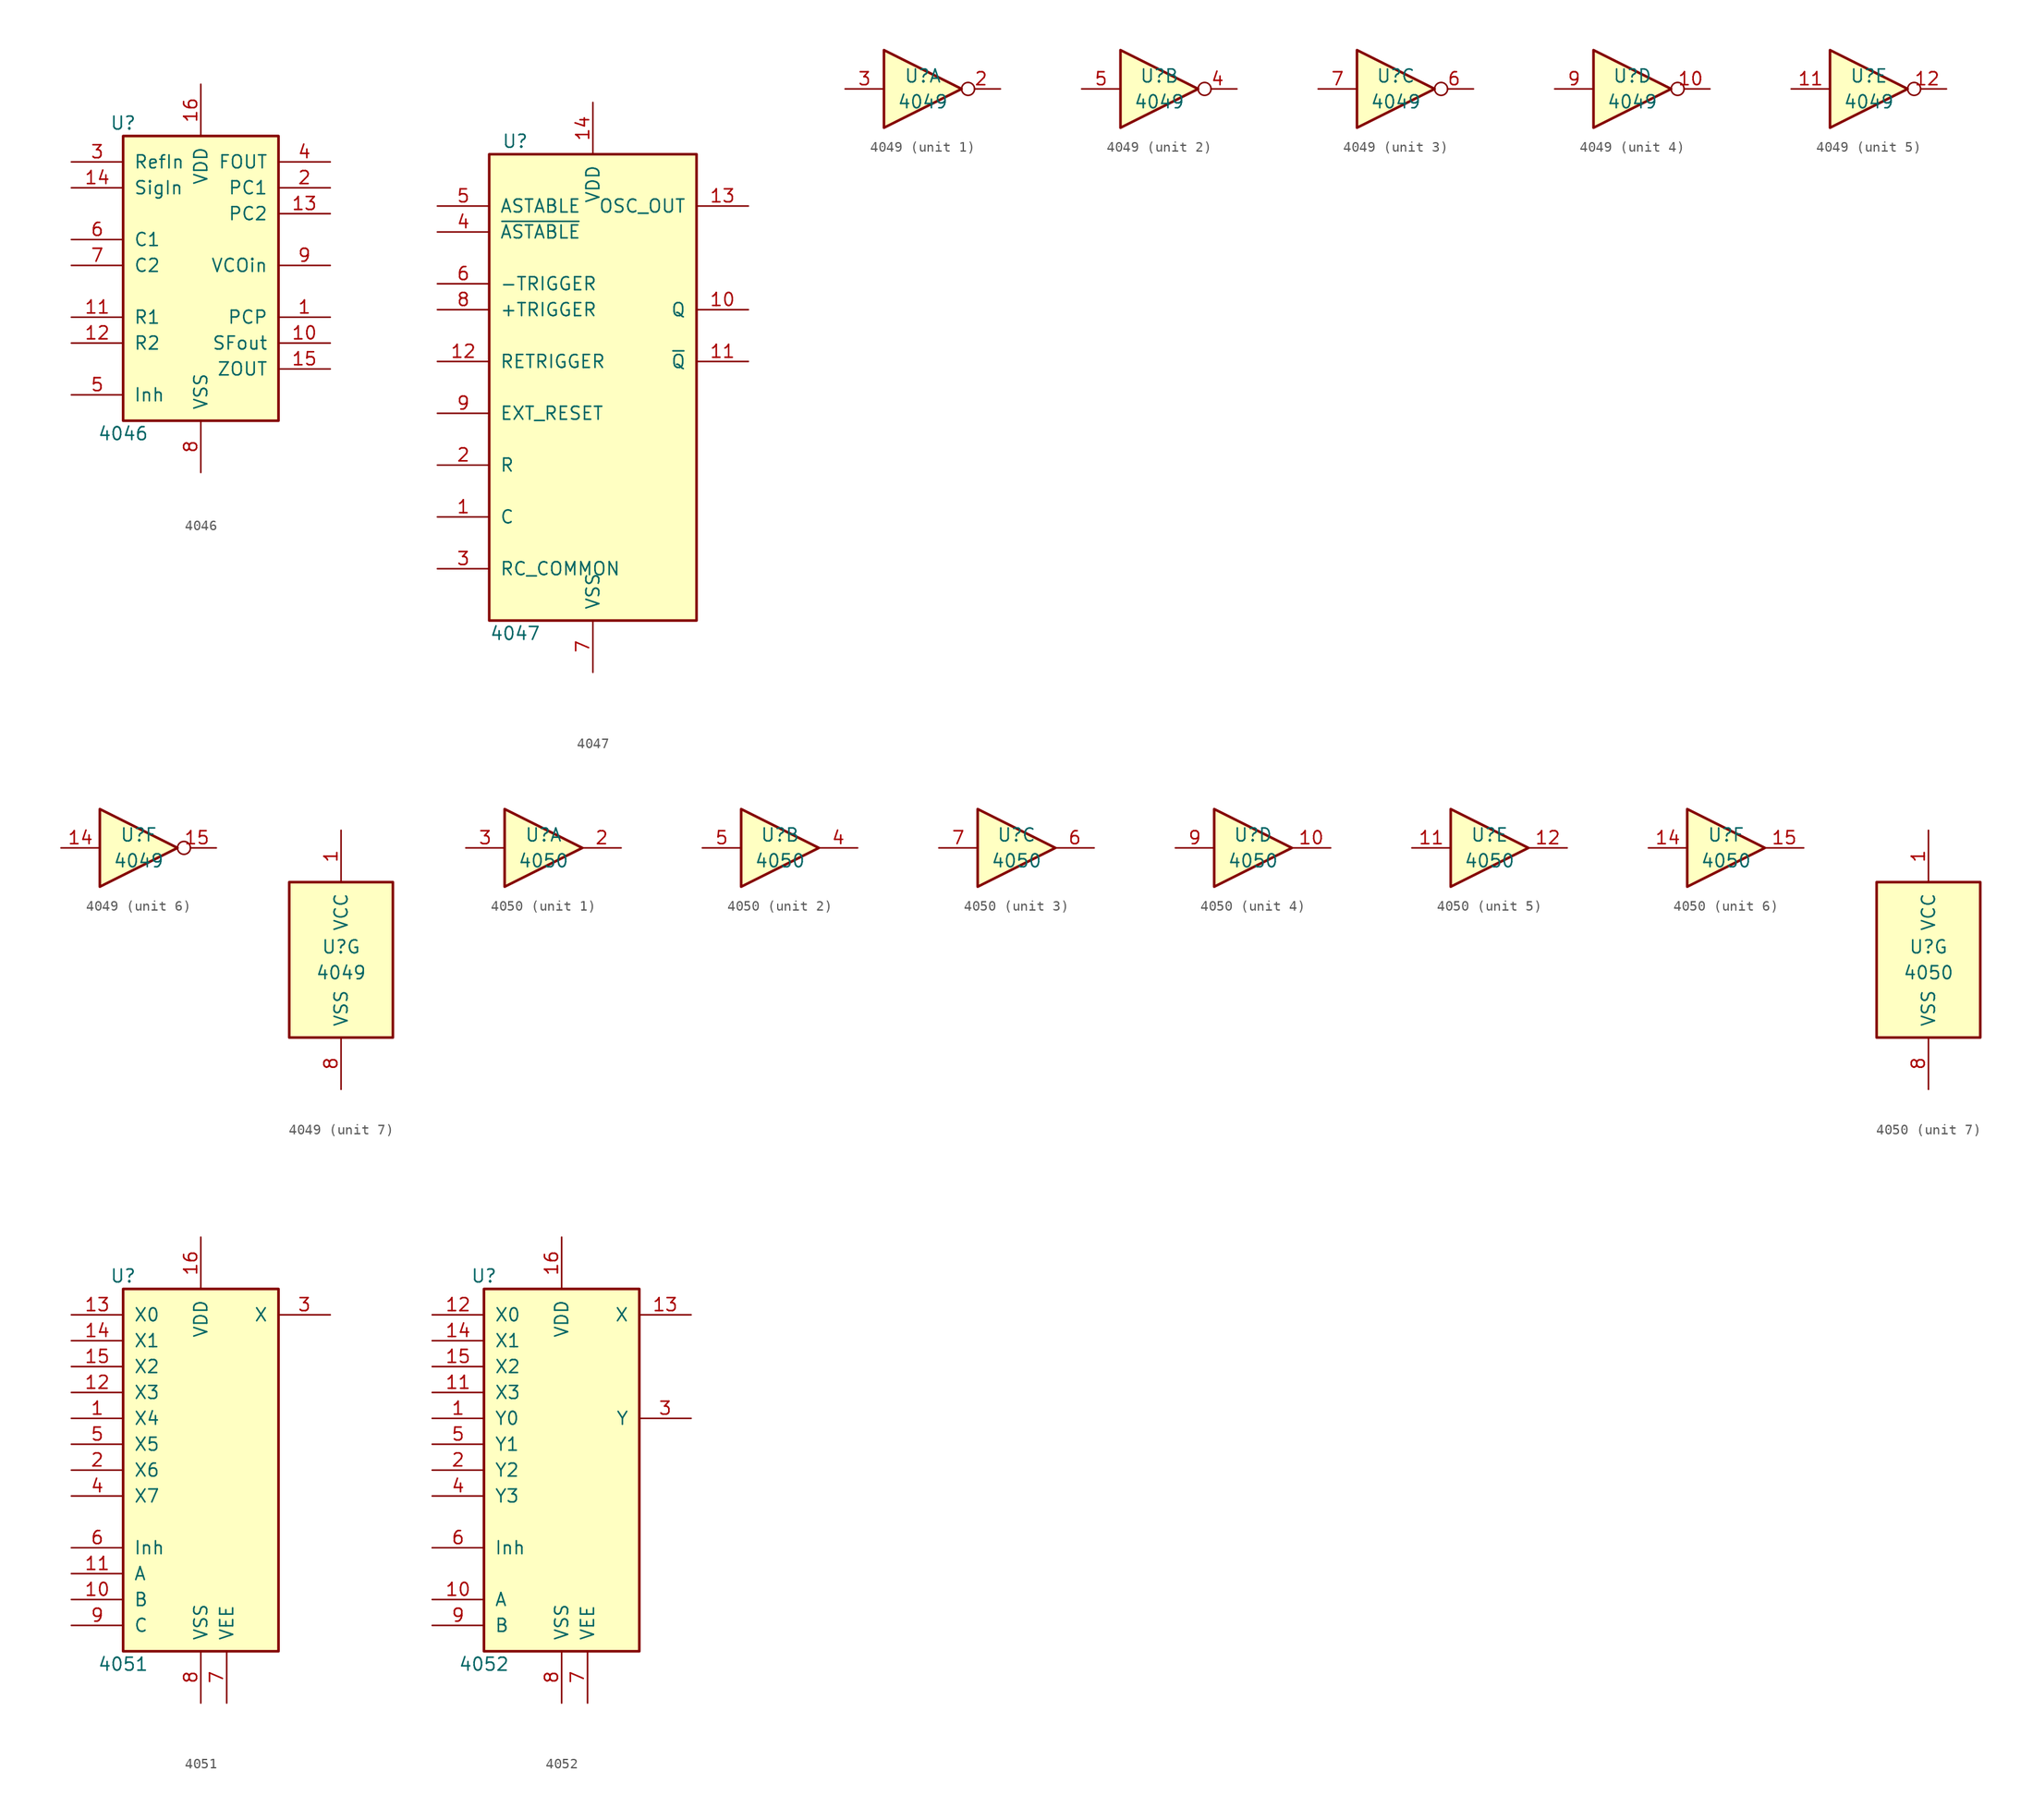
<source format=kicad_sym>
(kicad_symbol_lib
  (version 20220914)
  (generator kicad_symbol_editor)
  (symbol "4046"
    (pin_names
      (offset 1.016))
    (property "Reference" "U"
      (at -7.62 13.97 0)
      (effects (font (size 1.27 1.27))))
    (property "Value" "4046"
      (at -7.62 -16.51 0)
      (effects (font (size 1.27 1.27))))
    (property "ki_locked" ""
      (at 0 0 0)
      (effects (font (size 1.27 1.27))))
    (symbol "4046_1_0"
      (pin output line (at 12.7 -5.08 180) (length 5.08) (name "PCP" (effects (font (size 1.27 1.27)))) (number "1" (effects (font (size 1.27 1.27)))))
      (pin output line (at 12.7 -7.62 180) (length 5.08) (name "SFout" (effects (font (size 1.27 1.27)))) (number "10" (effects (font (size 1.27 1.27)))))
      (pin input line (at -12.7 -5.08 0) (length 5.08) (name "R1" (effects (font (size 1.27 1.27)))) (number "11" (effects (font (size 1.27 1.27)))))
      (pin input line (at -12.7 -7.62 0) (length 5.08) (name "R2" (effects (font (size 1.27 1.27)))) (number "12" (effects (font (size 1.27 1.27)))))
      (pin tri_state line (at 12.7 5.08 180) (length 5.08) (name "PC2" (effects (font (size 1.27 1.27)))) (number "13" (effects (font (size 1.27 1.27)))))
      (pin input line (at -12.7 7.62 0) (length 5.08) (name "SigIn" (effects (font (size 1.27 1.27)))) (number "14" (effects (font (size 1.27 1.27)))))
      (pin output line (at 12.7 -10.16 180) (length 5.08) (name "ZOUT" (effects (font (size 1.27 1.27)))) (number "15" (effects (font (size 1.27 1.27)))))
      (pin power_in line (at 0 17.78 270) (length 5.08) (name "VDD" (effects (font (size 1.27 1.27)))) (number "16" (effects (font (size 1.27 1.27)))))
      (pin output line (at 12.7 7.62 180) (length 5.08) (name "PC1" (effects (font (size 1.27 1.27)))) (number "2" (effects (font (size 1.27 1.27)))))
      (pin input line (at -12.7 10.16 0) (length 5.08) (name "RefIn" (effects (font (size 1.27 1.27)))) (number "3" (effects (font (size 1.27 1.27)))))
      (pin output line (at 12.7 10.16 180) (length 5.08) (name "FOUT" (effects (font (size 1.27 1.27)))) (number "4" (effects (font (size 1.27 1.27)))))
      (pin input line (at -12.7 -12.7 0) (length 5.08) (name "Inh" (effects (font (size 1.27 1.27)))) (number "5" (effects (font (size 1.27 1.27)))))
      (pin input line (at -12.7 2.54 0) (length 5.08) (name "C1" (effects (font (size 1.27 1.27)))) (number "6" (effects (font (size 1.27 1.27)))))
      (pin input line (at -12.7 0 0) (length 5.08) (name "C2" (effects (font (size 1.27 1.27)))) (number "7" (effects (font (size 1.27 1.27)))))
      (pin power_in line (at 0 -20.32 90) (length 5.08) (name "VSS" (effects (font (size 1.27 1.27)))) (number "8" (effects (font (size 1.27 1.27)))))
      (pin input line (at 12.7 0 180) (length 5.08) (name "VCOin" (effects (font (size 1.27 1.27)))) (number "9" (effects (font (size 1.27 1.27))))))
    (symbol "4046_1_1"
      (rectangle (start -7.62 12.7) (end 7.62 -15.24) (stroke (width 0.254) (type default)) (fill (type background)))))
  (symbol "4047"
    (pin_names
      (offset 1.016))
    (property "Reference" "U"
      (at -7.62 24.13 0)
      (effects (font (size 1.27 1.27))))
    (property "Value" "4047"
      (at -7.62 -24.13 0)
      (effects (font (size 1.27 1.27))))
    (property "ki_locked" ""
      (at 0 0 0)
      (effects (font (size 1.27 1.27))))
    (symbol "4047_1_0"
      (pin input line (at -15.24 -12.7 0) (length 5.08) (name "C" (effects (font (size 1.27 1.27)))) (number "1" (effects (font (size 1.27 1.27)))))
      (pin output line (at 15.24 7.62 180) (length 5.08) (name "Q" (effects (font (size 1.27 1.27)))) (number "10" (effects (font (size 1.27 1.27)))))
      (pin output line (at 15.24 2.54 180) (length 5.08) (name "~{Q}" (effects (font (size 1.27 1.27)))) (number "11" (effects (font (size 1.27 1.27)))))
      (pin input line (at -15.24 2.54 0) (length 5.08) (name "RETRIGGER" (effects (font (size 1.27 1.27)))) (number "12" (effects (font (size 1.27 1.27)))))
      (pin output line (at 15.24 17.78 180) (length 5.08) (name "OSC_OUT" (effects (font (size 1.27 1.27)))) (number "13" (effects (font (size 1.27 1.27)))))
      (pin power_in line (at 0 27.94 270) (length 5.08) (name "VDD" (effects (font (size 1.27 1.27)))) (number "14" (effects (font (size 1.27 1.27)))))
      (pin input line (at -15.24 -7.62 0) (length 5.08) (name "R" (effects (font (size 1.27 1.27)))) (number "2" (effects (font (size 1.27 1.27)))))
      (pin input line (at -15.24 -17.78 0) (length 5.08) (name "RC_COMMON" (effects (font (size 1.27 1.27)))) (number "3" (effects (font (size 1.27 1.27)))))
      (pin input line (at -15.24 15.24 0) (length 5.08) (name "~{ASTABLE}" (effects (font (size 1.27 1.27)))) (number "4" (effects (font (size 1.27 1.27)))))
      (pin input line (at -15.24 17.78 0) (length 5.08) (name "ASTABLE" (effects (font (size 1.27 1.27)))) (number "5" (effects (font (size 1.27 1.27)))))
      (pin input line (at -15.24 10.16 0) (length 5.08) (name "-TRIGGER" (effects (font (size 1.27 1.27)))) (number "6" (effects (font (size 1.27 1.27)))))
      (pin power_in line (at 0 -27.94 90) (length 5.08) (name "VSS" (effects (font (size 1.27 1.27)))) (number "7" (effects (font (size 1.27 1.27)))))
      (pin input line (at -15.24 7.62 0) (length 5.08) (name "+TRIGGER" (effects (font (size 1.27 1.27)))) (number "8" (effects (font (size 1.27 1.27)))))
      (pin input line (at -15.24 -2.54 0) (length 5.08) (name "EXT_RESET" (effects (font (size 1.27 1.27)))) (number "9" (effects (font (size 1.27 1.27))))))
    (symbol "4047_1_1"
      (rectangle (start -10.16 22.86) (end 10.16 -22.86) (stroke (width 0.254) (type default)) (fill (type background)))))
  (symbol "4049"
    (pin_names
      (offset 1.016))
    (property "Reference" "U"
      (at 0 1.27 0)
      (effects (font (size 1.27 1.27))))
    (property "Value" "4049"
      (at 0 -1.27 0)
      (effects (font (size 1.27 1.27))))
    (property "ki_locked" ""
      (at 0 0 0)
      (effects (font (size 1.27 1.27))))
    (symbol "4049_1_0"
      (polyline (pts (xy -3.81 3.81) (xy -3.81 -3.81) (xy 3.81 0) (xy -3.81 3.81)) (stroke (width 0.254) (type default)) (fill (type background)))
      (pin output inverted (at 7.62 0 180) (length 3.81) (name "~" (effects (font (size 1.27 1.27)))) (number "2" (effects (font (size 1.27 1.27)))))
      (pin input line (at -7.62 0 0) (length 3.81) (name "~" (effects (font (size 1.27 1.27)))) (number "3" (effects (font (size 1.27 1.27))))))
    (symbol "4049_2_0"
      (polyline (pts (xy -3.81 3.81) (xy -3.81 -3.81) (xy 3.81 0) (xy -3.81 3.81)) (stroke (width 0.254) (type default)) (fill (type background)))
      (pin output inverted (at 7.62 0 180) (length 3.81) (name "~" (effects (font (size 1.27 1.27)))) (number "4" (effects (font (size 1.27 1.27)))))
      (pin input line (at -7.62 0 0) (length 3.81) (name "~" (effects (font (size 1.27 1.27)))) (number "5" (effects (font (size 1.27 1.27))))))
    (symbol "4049_3_0"
      (polyline (pts (xy -3.81 3.81) (xy -3.81 -3.81) (xy 3.81 0) (xy -3.81 3.81)) (stroke (width 0.254) (type default)) (fill (type background)))
      (pin output inverted (at 7.62 0 180) (length 3.81) (name "~" (effects (font (size 1.27 1.27)))) (number "6" (effects (font (size 1.27 1.27)))))
      (pin input line (at -7.62 0 0) (length 3.81) (name "~" (effects (font (size 1.27 1.27)))) (number "7" (effects (font (size 1.27 1.27))))))
    (symbol "4049_4_0"
      (polyline (pts (xy -3.81 3.81) (xy -3.81 -3.81) (xy 3.81 0) (xy -3.81 3.81)) (stroke (width 0.254) (type default)) (fill (type background)))
      (pin output inverted (at 7.62 0 180) (length 3.81) (name "~" (effects (font (size 1.27 1.27)))) (number "10" (effects (font (size 1.27 1.27)))))
      (pin input line (at -7.62 0 0) (length 3.81) (name "~" (effects (font (size 1.27 1.27)))) (number "9" (effects (font (size 1.27 1.27))))))
    (symbol "4049_5_0"
      (polyline (pts (xy -3.81 3.81) (xy -3.81 -3.81) (xy 3.81 0) (xy -3.81 3.81)) (stroke (width 0.254) (type default)) (fill (type background)))
      (pin input line (at -7.62 0 0) (length 3.81) (name "~" (effects (font (size 1.27 1.27)))) (number "11" (effects (font (size 1.27 1.27)))))
      (pin output inverted (at 7.62 0 180) (length 3.81) (name "~" (effects (font (size 1.27 1.27)))) (number "12" (effects (font (size 1.27 1.27))))))
    (symbol "4049_6_0"
      (polyline (pts (xy -3.81 3.81) (xy -3.81 -3.81) (xy 3.81 0) (xy -3.81 3.81)) (stroke (width 0.254) (type default)) (fill (type background)))
      (pin input line (at -7.62 0 0) (length 3.81) (name "~" (effects (font (size 1.27 1.27)))) (number "14" (effects (font (size 1.27 1.27)))))
      (pin output inverted (at 7.62 0 180) (length 3.81) (name "~" (effects (font (size 1.27 1.27)))) (number "15" (effects (font (size 1.27 1.27))))))
    (symbol "4049_7_0"
      (pin power_in line (at 0 12.7 270) (length 5.08) (name "VCC" (effects (font (size 1.27 1.27)))) (number "1" (effects (font (size 1.27 1.27)))))
      (pin power_in line (at 0 -12.7 90) (length 5.08) (name "VSS" (effects (font (size 1.27 1.27)))) (number "8" (effects (font (size 1.27 1.27))))))
    (symbol "4049_7_1"
      (rectangle (start -5.08 7.62) (end 5.08 -7.62) (stroke (width 0.254) (type default)) (fill (type background)))))
  (symbol "4050"
    (pin_names
      (offset 1.016))
    (property "Reference" "U"
      (at 0 1.27 0)
      (effects (font (size 1.27 1.27))))
    (property "Value" "4050"
      (at 0 -1.27 0)
      (effects (font (size 1.27 1.27))))
    (property "ki_locked" ""
      (at 0 0 0)
      (effects (font (size 1.27 1.27))))
    (symbol "4050_1_0"
      (polyline (pts (xy -3.81 3.81) (xy -3.81 -3.81) (xy 3.81 0) (xy -3.81 3.81)) (stroke (width 0.254) (type default)) (fill (type background)))
      (pin output line (at 7.62 0 180) (length 3.81) (name "~" (effects (font (size 1.27 1.27)))) (number "2" (effects (font (size 1.27 1.27)))))
      (pin input line (at -7.62 0 0) (length 3.81) (name "~" (effects (font (size 1.27 1.27)))) (number "3" (effects (font (size 1.27 1.27))))))
    (symbol "4050_2_0"
      (polyline (pts (xy -3.81 3.81) (xy -3.81 -3.81) (xy 3.81 0) (xy -3.81 3.81)) (stroke (width 0.254) (type default)) (fill (type background)))
      (pin output line (at 7.62 0 180) (length 3.81) (name "~" (effects (font (size 1.27 1.27)))) (number "4" (effects (font (size 1.27 1.27)))))
      (pin input line (at -7.62 0 0) (length 3.81) (name "~" (effects (font (size 1.27 1.27)))) (number "5" (effects (font (size 1.27 1.27))))))
    (symbol "4050_3_0"
      (polyline (pts (xy -3.81 3.81) (xy -3.81 -3.81) (xy 3.81 0) (xy -3.81 3.81)) (stroke (width 0.254) (type default)) (fill (type background)))
      (pin output line (at 7.62 0 180) (length 3.81) (name "~" (effects (font (size 1.27 1.27)))) (number "6" (effects (font (size 1.27 1.27)))))
      (pin input line (at -7.62 0 0) (length 3.81) (name "~" (effects (font (size 1.27 1.27)))) (number "7" (effects (font (size 1.27 1.27))))))
    (symbol "4050_4_0"
      (polyline (pts (xy -3.81 3.81) (xy -3.81 -3.81) (xy 3.81 0) (xy -3.81 3.81)) (stroke (width 0.254) (type default)) (fill (type background)))
      (pin output line (at 7.62 0 180) (length 3.81) (name "~" (effects (font (size 1.27 1.27)))) (number "10" (effects (font (size 1.27 1.27)))))
      (pin input line (at -7.62 0 0) (length 3.81) (name "~" (effects (font (size 1.27 1.27)))) (number "9" (effects (font (size 1.27 1.27))))))
    (symbol "4050_5_0"
      (polyline (pts (xy -3.81 3.81) (xy -3.81 -3.81) (xy 3.81 0) (xy -3.81 3.81)) (stroke (width 0.254) (type default)) (fill (type background)))
      (pin input line (at -7.62 0 0) (length 3.81) (name "~" (effects (font (size 1.27 1.27)))) (number "11" (effects (font (size 1.27 1.27)))))
      (pin output line (at 7.62 0 180) (length 3.81) (name "~" (effects (font (size 1.27 1.27)))) (number "12" (effects (font (size 1.27 1.27))))))
    (symbol "4050_6_0"
      (polyline (pts (xy -3.81 3.81) (xy -3.81 -3.81) (xy 3.81 0) (xy -3.81 3.81)) (stroke (width 0.254) (type default)) (fill (type background)))
      (pin input line (at -7.62 0 0) (length 3.81) (name "~" (effects (font (size 1.27 1.27)))) (number "14" (effects (font (size 1.27 1.27)))))
      (pin output line (at 7.62 0 180) (length 3.81) (name "~" (effects (font (size 1.27 1.27)))) (number "15" (effects (font (size 1.27 1.27))))))
    (symbol "4050_7_0"
      (pin power_in line (at 0 12.7 270) (length 5.08) (name "VCC" (effects (font (size 1.27 1.27)))) (number "1" (effects (font (size 1.27 1.27)))))
      (pin power_in line (at 0 -12.7 90) (length 5.08) (name "VSS" (effects (font (size 1.27 1.27)))) (number "8" (effects (font (size 1.27 1.27))))))
    (symbol "4050_7_1"
      (rectangle (start -5.08 7.62) (end 5.08 -7.62) (stroke (width 0.254) (type default)) (fill (type background)))))
  (symbol "4051"
    (pin_names
      (offset 1.016))
    (property "Reference" "U"
      (at -7.62 19.05 0)
      (effects (font (size 1.27 1.27))))
    (property "Value" "4051"
      (at -7.62 -19.05 0)
      (effects (font (size 1.27 1.27))))
    (property "ki_locked" ""
      (at 0 0 0)
      (effects (font (size 1.27 1.27))))
    (symbol "4051_1_0"
      (pin passive line (at -12.7 5.08 0) (length 5.08) (name "X4" (effects (font (size 1.27 1.27)))) (number "1" (effects (font (size 1.27 1.27)))))
      (pin input line (at -12.7 -12.7 0) (length 5.08) (name "B" (effects (font (size 1.27 1.27)))) (number "10" (effects (font (size 1.27 1.27)))))
      (pin input line (at -12.7 -10.16 0) (length 5.08) (name "A" (effects (font (size 1.27 1.27)))) (number "11" (effects (font (size 1.27 1.27)))))
      (pin passive line (at -12.7 7.62 0) (length 5.08) (name "X3" (effects (font (size 1.27 1.27)))) (number "12" (effects (font (size 1.27 1.27)))))
      (pin passive line (at -12.7 15.24 0) (length 5.08) (name "X0" (effects (font (size 1.27 1.27)))) (number "13" (effects (font (size 1.27 1.27)))))
      (pin passive line (at -12.7 12.7 0) (length 5.08) (name "X1" (effects (font (size 1.27 1.27)))) (number "14" (effects (font (size 1.27 1.27)))))
      (pin passive line (at -12.7 10.16 0) (length 5.08) (name "X2" (effects (font (size 1.27 1.27)))) (number "15" (effects (font (size 1.27 1.27)))))
      (pin power_in line (at 0 22.86 270) (length 5.08) (name "VDD" (effects (font (size 1.27 1.27)))) (number "16" (effects (font (size 1.27 1.27)))))
      (pin passive line (at -12.7 0 0) (length 5.08) (name "X6" (effects (font (size 1.27 1.27)))) (number "2" (effects (font (size 1.27 1.27)))))
      (pin passive line (at 12.7 15.24 180) (length 5.08) (name "X" (effects (font (size 1.27 1.27)))) (number "3" (effects (font (size 1.27 1.27)))))
      (pin passive line (at -12.7 -2.54 0) (length 5.08) (name "X7" (effects (font (size 1.27 1.27)))) (number "4" (effects (font (size 1.27 1.27)))))
      (pin passive line (at -12.7 2.54 0) (length 5.08) (name "X5" (effects (font (size 1.27 1.27)))) (number "5" (effects (font (size 1.27 1.27)))))
      (pin input line (at -12.7 -7.62 0) (length 5.08) (name "Inh" (effects (font (size 1.27 1.27)))) (number "6" (effects (font (size 1.27 1.27)))))
      (pin power_in line (at 2.54 -22.86 90) (length 5.08) (name "VEE" (effects (font (size 1.27 1.27)))) (number "7" (effects (font (size 1.27 1.27)))))
      (pin power_in line (at 0 -22.86 90) (length 5.08) (name "VSS" (effects (font (size 1.27 1.27)))) (number "8" (effects (font (size 1.27 1.27)))))
      (pin input line (at -12.7 -15.24 0) (length 5.08) (name "C" (effects (font (size 1.27 1.27)))) (number "9" (effects (font (size 1.27 1.27))))))
    (symbol "4051_1_1"
      (rectangle (start -7.62 17.78) (end 7.62 -17.78) (stroke (width 0.254) (type default)) (fill (type background)))))
  (symbol "4052"
    (pin_names
      (offset 1.016))
    (property "Reference" "U"
      (at -7.62 19.05 0)
      (effects (font (size 1.27 1.27))))
    (property "Value" "4052"
      (at -7.62 -19.05 0)
      (effects (font (size 1.27 1.27))))
    (property "ki_locked" ""
      (at 0 0 0)
      (effects (font (size 1.27 1.27))))
    (symbol "4052_1_0"
      (pin passive line (at -12.7 5.08 0) (length 5.08) (name "Y0" (effects (font (size 1.27 1.27)))) (number "1" (effects (font (size 1.27 1.27)))))
      (pin input line (at -12.7 -12.7 0) (length 5.08) (name "A" (effects (font (size 1.27 1.27)))) (number "10" (effects (font (size 1.27 1.27)))))
      (pin passive line (at -12.7 7.62 0) (length 5.08) (name "X3" (effects (font (size 1.27 1.27)))) (number "11" (effects (font (size 1.27 1.27)))))
      (pin passive line (at -12.7 15.24 0) (length 5.08) (name "X0" (effects (font (size 1.27 1.27)))) (number "12" (effects (font (size 1.27 1.27)))))
      (pin passive line (at 12.7 15.24 180) (length 5.08) (name "X" (effects (font (size 1.27 1.27)))) (number "13" (effects (font (size 1.27 1.27)))))
      (pin passive line (at -12.7 12.7 0) (length 5.08) (name "X1" (effects (font (size 1.27 1.27)))) (number "14" (effects (font (size 1.27 1.27)))))
      (pin passive line (at -12.7 10.16 0) (length 5.08) (name "X2" (effects (font (size 1.27 1.27)))) (number "15" (effects (font (size 1.27 1.27)))))
      (pin power_in line (at 0 22.86 270) (length 5.08) (name "VDD" (effects (font (size 1.27 1.27)))) (number "16" (effects (font (size 1.27 1.27)))))
      (pin passive line (at -12.7 0 0) (length 5.08) (name "Y2" (effects (font (size 1.27 1.27)))) (number "2" (effects (font (size 1.27 1.27)))))
      (pin passive line (at 12.7 5.08 180) (length 5.08) (name "Y" (effects (font (size 1.27 1.27)))) (number "3" (effects (font (size 1.27 1.27)))))
      (pin passive line (at -12.7 -2.54 0) (length 5.08) (name "Y3" (effects (font (size 1.27 1.27)))) (number "4" (effects (font (size 1.27 1.27)))))
      (pin passive line (at -12.7 2.54 0) (length 5.08) (name "Y1" (effects (font (size 1.27 1.27)))) (number "5" (effects (font (size 1.27 1.27)))))
      (pin input line (at -12.7 -7.62 0) (length 5.08) (name "Inh" (effects (font (size 1.27 1.27)))) (number "6" (effects (font (size 1.27 1.27)))))
      (pin power_in line (at 2.54 -22.86 90) (length 5.08) (name "VEE" (effects (font (size 1.27 1.27)))) (number "7" (effects (font (size 1.27 1.27)))))
      (pin power_in line (at 0 -22.86 90) (length 5.08) (name "VSS" (effects (font (size 1.27 1.27)))) (number "8" (effects (font (size 1.27 1.27)))))
      (pin input line (at -12.7 -15.24 0) (length 5.08) (name "B" (effects (font (size 1.27 1.27)))) (number "9" (effects (font (size 1.27 1.27))))))
    (symbol "4052_1_1"
      (rectangle (start -7.62 17.78) (end 7.62 -17.78) (stroke (width 0.254) (type default)) (fill (type background))))))
</source>
